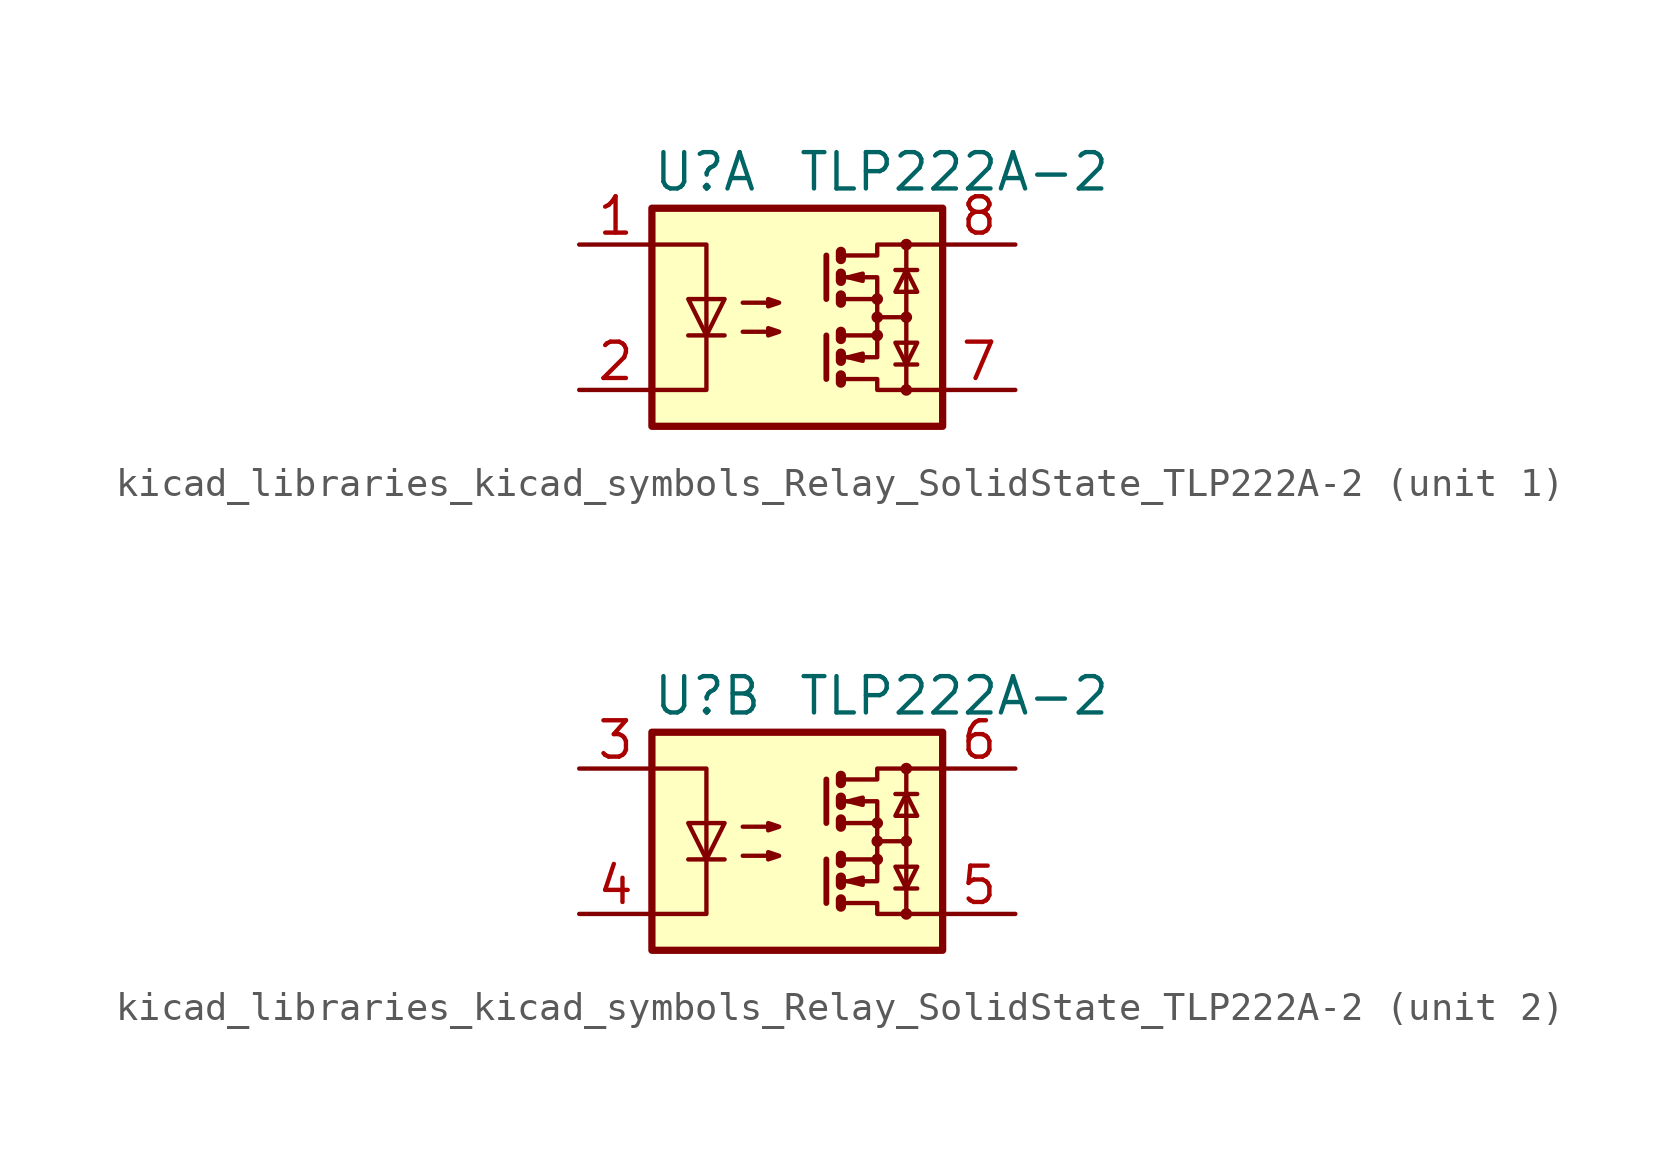
<source format=kicad_sym>
(kicad_symbol_lib
  (version 20220914)
  (generator kicad_symbol_editor)
  (symbol "kicad_libraries_kicad_symbols_Relay_SolidState_TLP222A-2"
    (property "Reference" "U"
      (at -5.08 5.08 0)
      (effects (font (size 1.27 1.27)) (justify left)))
    (property "Value" "TLP222A-2"
      (at 0 5.08 0)
      (effects (font (size 1.27 1.27)) (justify left)))
    (symbol "kicad_libraries_kicad_symbols_Relay_SolidState_TLP222A-2_0_1"
      (rectangle (start -5.08 3.81) (end 5.08 -3.81) (stroke (width 0.254) (type default)) (fill (type background)))
      (polyline (pts (xy -3.81 -0.635) (xy -2.54 -0.635)) (stroke (width 0) (type default)) (fill (type none)))
      (polyline (pts (xy 1.016 -0.635) (xy 1.016 -2.159)) (stroke (width 0.203) (type default)) (fill (type none)))
      (polyline (pts (xy 1.016 2.159) (xy 1.016 0.635)) (stroke (width 0.203) (type default)) (fill (type none)))
      (polyline (pts (xy 1.524 -0.508) (xy 1.524 -0.762)) (stroke (width 0.356) (type default)) (fill (type none)))
      (polyline (pts (xy 2.794 0) (xy 3.81 0)) (stroke (width 0) (type default)) (fill (type none)))
      (polyline (pts (xy 3.429 -1.651) (xy 4.191 -1.651)) (stroke (width 0) (type default)) (fill (type none)))
      (polyline (pts (xy 3.429 1.651) (xy 4.191 1.651)) (stroke (width 0) (type default)) (fill (type none)))
      (polyline (pts (xy 3.81 -2.54) (xy 3.81 2.54)) (stroke (width 0) (type default)) (fill (type none)))
      (polyline (pts (xy 1.524 -2.032) (xy 1.524 -2.286) (xy 1.524 -2.286)) (stroke (width 0.356) (type default)) (fill (type none)))
      (polyline (pts (xy 1.524 -1.27) (xy 1.524 -1.524) (xy 1.524 -1.524)) (stroke (width 0.356) (type default)) (fill (type none)))
      (polyline (pts (xy 1.524 0.762) (xy 1.524 0.508) (xy 1.524 0.508)) (stroke (width 0.356) (type default)) (fill (type none)))
      (polyline (pts (xy 1.524 1.524) (xy 1.524 1.27) (xy 1.524 1.27)) (stroke (width 0.356) (type default)) (fill (type none)))
      (polyline (pts (xy 1.524 2.286) (xy 1.524 2.032) (xy 1.524 2.032)) (stroke (width 0.356) (type default)) (fill (type none)))
      (polyline (pts (xy 1.651 -1.397) (xy 2.794 -1.397) (xy 2.794 -0.635)) (stroke (width 0) (type default)) (fill (type none)))
      (polyline (pts (xy 1.651 1.397) (xy 2.794 1.397) (xy 2.794 0.635)) (stroke (width 0) (type default)) (fill (type none)))
      (polyline (pts (xy -5.08 2.54) (xy -3.175 2.54) (xy -3.175 -2.54) (xy -5.08 -2.54)) (stroke (width 0) (type default)) (fill (type none)))
      (polyline (pts (xy -3.175 -0.635) (xy -3.81 0.635) (xy -2.54 0.635) (xy -3.175 -0.635)) (stroke (width 0) (type default)) (fill (type none)))
      (polyline (pts (xy 1.651 -2.159) (xy 2.794 -2.159) (xy 2.794 -2.54) (xy 5.08 -2.54)) (stroke (width 0) (type default)) (fill (type none)))
      (polyline (pts (xy 1.651 -0.635) (xy 2.794 -0.635) (xy 2.794 0.635) (xy 1.651 0.635)) (stroke (width 0) (type default)) (fill (type none)))
      (polyline (pts (xy 1.651 2.159) (xy 2.794 2.159) (xy 2.794 2.54) (xy 5.08 2.54)) (stroke (width 0) (type default)) (fill (type none)))
      (polyline (pts (xy 1.778 -1.397) (xy 2.286 -1.27) (xy 2.286 -1.524) (xy 1.778 -1.397)) (stroke (width 0) (type default)) (fill (type none)))
      (polyline (pts (xy 1.778 1.397) (xy 2.286 1.524) (xy 2.286 1.27) (xy 1.778 1.397)) (stroke (width 0) (type default)) (fill (type none)))
      (polyline (pts (xy 3.81 -1.651) (xy 3.429 -0.889) (xy 4.191 -0.889) (xy 3.81 -1.651)) (stroke (width 0) (type default)) (fill (type none)))
      (polyline (pts (xy 3.81 1.651) (xy 3.429 0.889) (xy 4.191 0.889) (xy 3.81 1.651)) (stroke (width 0) (type default)) (fill (type none)))
      (polyline (pts (xy -1.905 -0.508) (xy -0.635 -0.508) (xy -1.016 -0.635) (xy -1.016 -0.381) (xy -0.635 -0.508)) (stroke (width 0) (type default)) (fill (type none)))
      (polyline (pts (xy -1.905 0.508) (xy -0.635 0.508) (xy -1.016 0.381) (xy -1.016 0.635) (xy -0.635 0.508)) (stroke (width 0) (type default)) (fill (type none)))
      (circle (center 2.794 -0.635) (radius 0.127) (stroke (width 0) (type default)) (fill (type none)))
      (circle (center 2.794 0) (radius 0.127) (stroke (width 0) (type default)) (fill (type none)))
      (circle (center 2.794 0.635) (radius 0.127) (stroke (width 0) (type default)) (fill (type none)))
      (circle (center 3.81 -2.54) (radius 0.127) (stroke (width 0) (type default)) (fill (type none)))
      (circle (center 3.81 0) (radius 0.127) (stroke (width 0) (type default)) (fill (type none)))
      (circle (center 3.81 2.54) (radius 0.127) (stroke (width 0) (type default)) (fill (type none))))
    (symbol "kicad_libraries_kicad_symbols_Relay_SolidState_TLP222A-2_1_1"
      (pin passive line (at -7.62 2.54 0) (length 2.54) (name "~" (effects (font (size 1.27 1.27)))) (number "1" (effects (font (size 1.27 1.27)))))
      (pin passive line (at -7.62 -2.54 0) (length 2.54) (name "~" (effects (font (size 1.27 1.27)))) (number "2" (effects (font (size 1.27 1.27)))))
      (pin passive line (at 7.62 -2.54 180) (length 2.54) (name "~" (effects (font (size 1.27 1.27)))) (number "7" (effects (font (size 1.27 1.27)))))
      (pin passive line (at 7.62 2.54 180) (length 2.54) (name "~" (effects (font (size 1.27 1.27)))) (number "8" (effects (font (size 1.27 1.27))))))
    (symbol "kicad_libraries_kicad_symbols_Relay_SolidState_TLP222A-2_2_1"
      (pin passive line (at -7.62 2.54 0) (length 2.54) (name "~" (effects (font (size 1.27 1.27)))) (number "3" (effects (font (size 1.27 1.27)))))
      (pin passive line (at -7.62 -2.54 0) (length 2.54) (name "~" (effects (font (size 1.27 1.27)))) (number "4" (effects (font (size 1.27 1.27)))))
      (pin passive line (at 7.62 -2.54 180) (length 2.54) (name "~" (effects (font (size 1.27 1.27)))) (number "5" (effects (font (size 1.27 1.27)))))
      (pin passive line (at 7.62 2.54 180) (length 2.54) (name "~" (effects (font (size 1.27 1.27)))) (number "6" (effects (font (size 1.27 1.27))))))))
</source>
